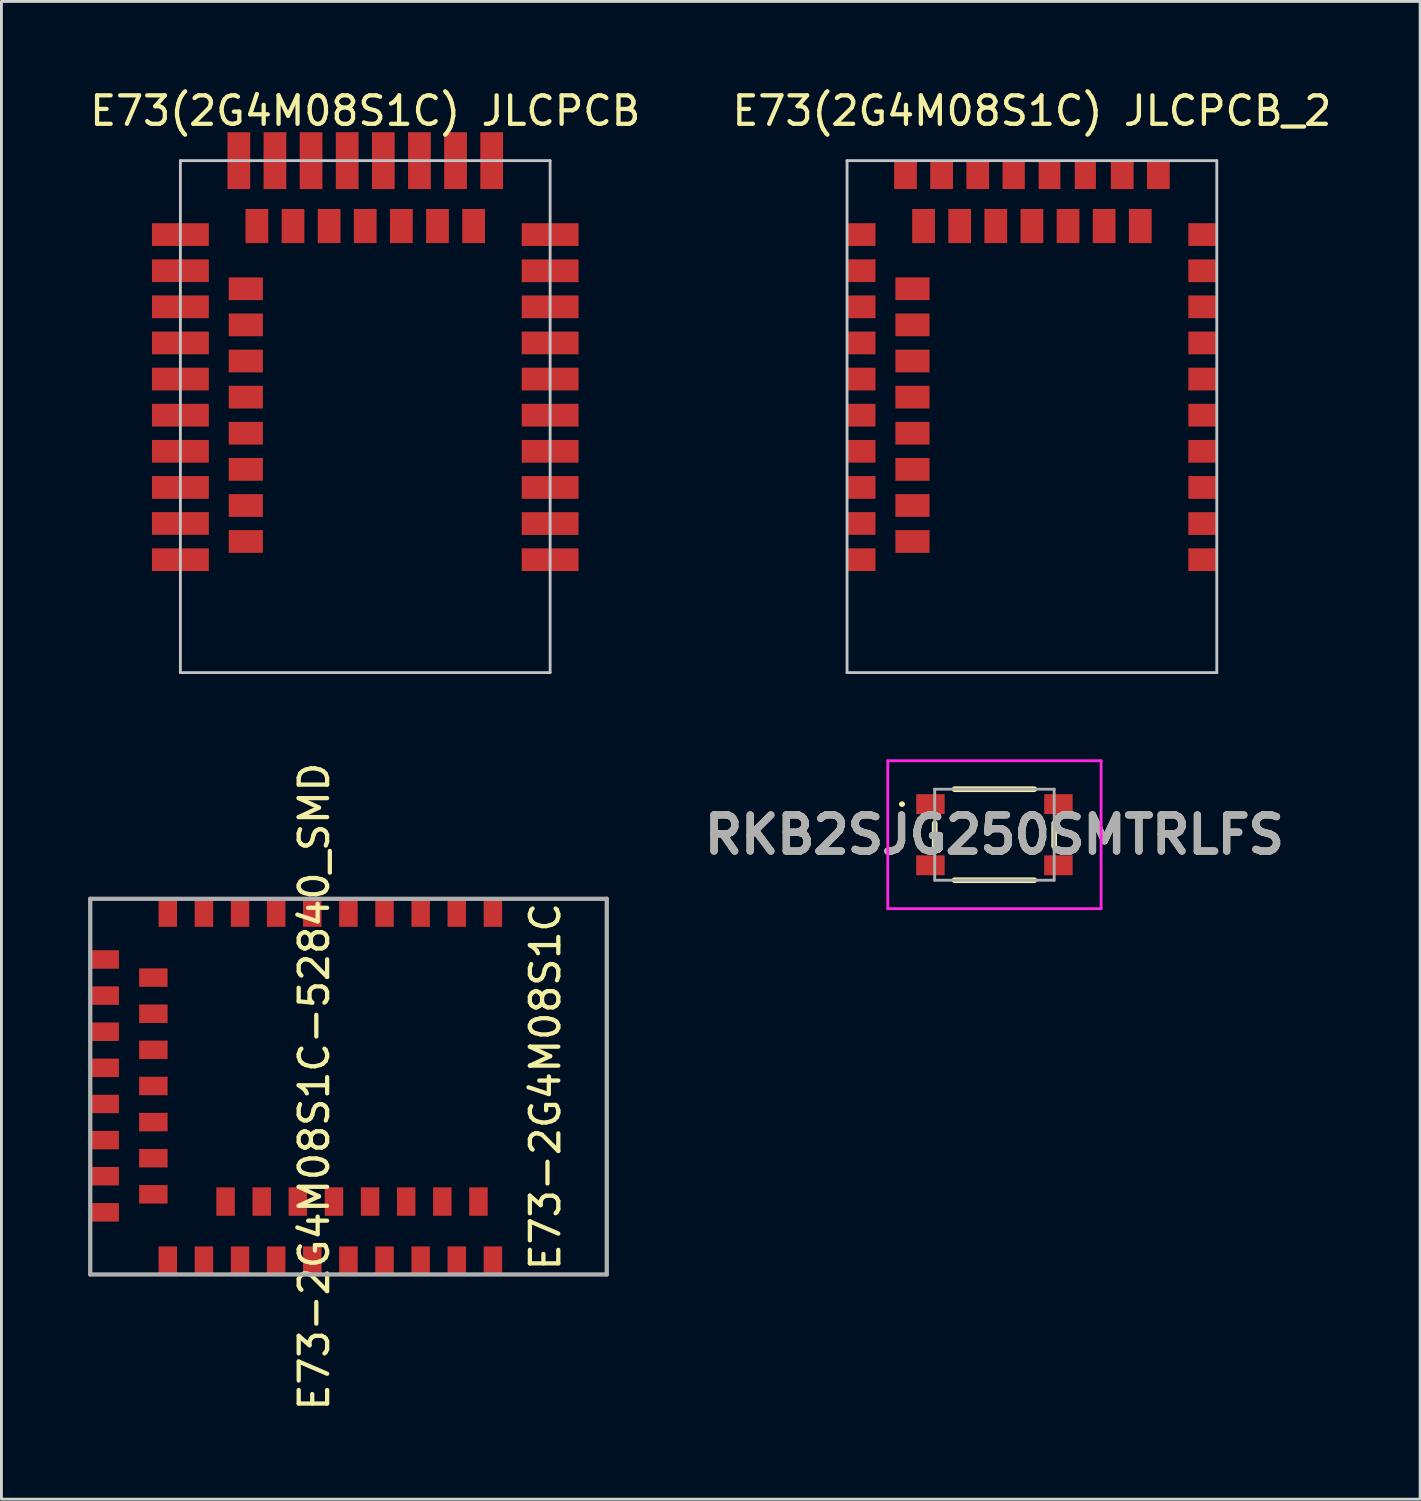
<source format=kicad_pcb>
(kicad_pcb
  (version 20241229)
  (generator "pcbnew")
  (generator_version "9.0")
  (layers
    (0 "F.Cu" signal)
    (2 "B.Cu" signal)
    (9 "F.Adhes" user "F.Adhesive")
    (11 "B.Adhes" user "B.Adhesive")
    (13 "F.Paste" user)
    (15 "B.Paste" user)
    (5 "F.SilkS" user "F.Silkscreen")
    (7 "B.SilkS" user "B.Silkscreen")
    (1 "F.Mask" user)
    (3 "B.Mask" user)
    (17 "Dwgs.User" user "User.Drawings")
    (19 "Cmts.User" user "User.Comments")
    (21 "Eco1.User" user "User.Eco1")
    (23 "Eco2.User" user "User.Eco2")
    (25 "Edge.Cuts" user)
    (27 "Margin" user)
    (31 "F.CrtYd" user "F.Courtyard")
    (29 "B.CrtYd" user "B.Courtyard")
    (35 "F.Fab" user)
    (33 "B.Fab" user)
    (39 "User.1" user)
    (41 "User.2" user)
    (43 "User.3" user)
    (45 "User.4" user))
  (footprint "E73-2G4M08S1C-52840_SMD"
    (layer "F.Cu")
    (at 0.25 35.155)
    (property "Reference" "E73-2G4M08S1C-52840_SMD" (at 7.747 -0.000467 270) (layer "F.SilkS") (effects (font (size 1 1) (thickness 0.15))))
    (attr smd)
    (fp_line (start -0.127 -6.604) (end -0.127 6.604) (stroke (width 0.15) (type solid)) (layer "F.Fab"))
    (fp_line (start -0.127 6.604) (end 18.034 6.604) (stroke (width 0.15) (type solid)) (layer "F.Fab"))
    (fp_line (start 18.034 -6.604) (end -0.127 -6.604) (stroke (width 0.15) (type solid)) (layer "F.Fab"))
    (fp_line (start 18.034 6.604) (end 18.034 -6.604) (stroke (width 0.15) (type solid)) (layer "F.Fab"))
    (fp_text user "E73-2G4M08S1C" (at 15.875 0 90) (layer "F.SilkS") (effects (font (size 1 1) (thickness 0.15))))
    (pad "1" smd rect (at 14.03 -6.119) (size 0.65 1) (layers "F.Cu" "F.Mask" "F.Paste"))
    (pad "2" smd rect (at 12.76 -6.119) (size 0.65 1) (layers "F.Cu" "F.Mask" "F.Paste"))
    (pad "3" smd rect (at 11.49 -6.119) (size 0.65 1) (layers "F.Cu" "F.Mask" "F.Paste"))
    (pad "4" smd rect (at 10.22 -6.119) (size 0.65 1) (layers "F.Cu" "F.Mask" "F.Paste"))
    (pad "5" smd rect (at 8.95 -6.119) (size 0.65 1) (layers "F.Cu" "F.Mask" "F.Paste"))
    (pad "6" smd rect (at 7.68 -6.119) (size 0.65 1) (layers "F.Cu" "F.Mask" "F.Paste"))
    (pad "7" smd rect (at 6.41 -6.119) (size 0.65 1) (layers "F.Cu" "F.Mask" "F.Paste"))
    (pad "8" smd rect (at 5.14 -6.119) (size 0.65 1) (layers "F.Cu" "F.Mask" "F.Paste"))
    (pad "9" smd rect (at 3.87 -6.119) (size 0.65 1) (layers "F.Cu" "F.Mask" "F.Paste"))
    (pad "10" smd rect (at 2.6 -6.119) (size 0.65 1) (layers "F.Cu" "F.Mask" "F.Paste"))
    (pad "11" smd rect (at 0.381 -4.47 90) (size 0.65 1) (layers "F.Cu" "F.Mask" "F.Paste"))
    (pad "12" smd rect (at 2.092 -3.833 90) (size 0.65 1) (layers "F.Cu" "F.Mask" "F.Paste"))
    (pad "13" smd rect (at 0.381 -3.2 90) (size 0.65 1) (layers "F.Cu" "F.Mask" "F.Paste"))
    (pad "14" smd rect (at 2.092 -2.563 90) (size 0.65 1) (layers "F.Cu" "F.Mask" "F.Paste"))
    (pad "15" smd rect (at 0.381 -1.93 90) (size 0.65 1) (layers "F.Cu" "F.Mask" "F.Paste"))
    (pad "16" smd rect (at 2.092 -1.293 90) (size 0.65 1) (layers "F.Cu" "F.Mask" "F.Paste"))
    (pad "17" smd rect (at 0.381 -0.66 90) (size 0.65 1) (layers "F.Cu" "F.Mask" "F.Paste"))
    (pad "18" smd rect (at 2.092 -0.023 90) (size 0.65 1) (layers "F.Cu" "F.Mask" "F.Paste"))
    (pad "19" smd rect (at 0.381 0.61 90) (size 0.65 1) (layers "F.Cu" "F.Mask" "F.Paste"))
    (pad "20" smd rect (at 2.092 1.247 90) (size 0.65 1) (layers "F.Cu" "F.Mask" "F.Paste"))
    (pad "21" smd rect (at 0.381 1.88 90) (size 0.65 1) (layers "F.Cu" "F.Mask" "F.Paste"))
    (pad "22" smd rect (at 2.092 2.517 90) (size 0.65 1) (layers "F.Cu" "F.Mask" "F.Paste"))
    (pad "23" smd rect (at 0.381 3.15 90) (size 0.65 1) (layers "F.Cu" "F.Mask" "F.Paste"))
    (pad "24" smd rect (at 2.092 3.787 90) (size 0.65 1) (layers "F.Cu" "F.Mask" "F.Paste"))
    (pad "25" smd rect (at 0.381 4.42 90) (size 0.65 1) (layers "F.Cu" "F.Mask" "F.Paste"))
    (pad "26" smd rect (at 2.6 6.119) (size 0.65 1) (layers "F.Cu" "F.Mask" "F.Paste"))
    (pad "27" smd rect (at 3.87 6.119) (size 0.65 1) (layers "F.Cu" "F.Mask" "F.Paste"))
    (pad "28" smd rect (at 4.632 4.041) (size 0.65 1) (layers "F.Cu" "F.Mask" "F.Paste"))
    (pad "29" smd rect (at 5.14 6.119) (size 0.65 1) (layers "F.Cu" "F.Mask" "F.Paste"))
    (pad "30" smd rect (at 5.902 4.041) (size 0.65 1) (layers "F.Cu" "F.Mask" "F.Paste"))
    (pad "31" smd rect (at 6.41 6.119) (size 0.65 1) (layers "F.Cu" "F.Mask" "F.Paste"))
    (pad "32" smd rect (at 7.172 4.041) (size 0.65 1) (layers "F.Cu" "F.Mask" "F.Paste"))
    (pad "33" smd rect (at 7.68 6.119) (size 0.65 1) (layers "F.Cu" "F.Mask" "F.Paste"))
    (pad "34" smd rect (at 8.442 4.041) (size 0.65 1) (layers "F.Cu" "F.Mask" "F.Paste"))
    (pad "35" smd rect (at 8.95 6.119) (size 0.65 1) (layers "F.Cu" "F.Mask" "F.Paste"))
    (pad "36" smd rect (at 9.712 4.041) (size 0.65 1) (layers "F.Cu" "F.Mask" "F.Paste"))
    (pad "37" smd rect (at 10.22 6.119) (size 0.65 1) (layers "F.Cu" "F.Mask" "F.Paste"))
    (pad "38" smd rect (at 10.982 4.041) (size 0.65 1) (layers "F.Cu" "F.Mask" "F.Paste"))
    (pad "39" smd rect (at 11.49 6.119) (size 0.65 1) (layers "F.Cu" "F.Mask" "F.Paste"))
    (pad "40" smd rect (at 12.252 4.041) (size 0.65 1) (layers "F.Cu" "F.Mask" "F.Paste"))
    (pad "41" smd rect (at 12.76 6.119) (size 0.65 1) (layers "F.Cu" "F.Mask" "F.Paste"))
    (pad "42" smd rect (at 13.522 4.041) (size 0.65 1) (layers "F.Cu" "F.Mask" "F.Paste"))
    (pad "43" smd rect (at 14.03 6.119) (size 0.65 1) (layers "F.Cu" "F.Mask" "F.Paste"))
    (zone (net_name "") (layers "F.Cu" "B.Cu") (name "RF") (hatch edge 0.5) (connect_pads) (min_thickness 0.25) (filled_areas_thickness no) (keepout (tracks not_allowed) (vias not_allowed) (pads not_allowed) (copperpour not_allowed) (footprints allowed)) (placement (enabled no)) (fill) (polygon (pts (xy 14.75 28.405) (xy 18.5 28.405) (xy 18.5 41.905) (xy 14.75 41.905)))))
  (footprint "RKB2SJG250SMTRLFS"
    (layer "F.Cu")
    (at 31.914 26.298)
    (property "Reference" "RKB2SJG250SMTRLFS" (at 0 0 0) (layer "F.SilkS") (effects (font (size 1.27 1.27) (thickness 0.254))))
    (attr smd)
    (fp_line (start -3.3 -1.075) (end -3.3 -1.075) (stroke (width 0.1) (type solid)) (layer "F.SilkS"))
    (fp_line (start -3.2 -1.075) (end -3.2 -1.075) (stroke (width 0.1) (type solid)) (layer "F.SilkS"))
    (fp_line (start -2.1 -0.4) (end -2.1 0.4) (stroke (width 0.2) (type solid)) (layer "F.SilkS"))
    (fp_line (start -1.4 -1.6) (end 1.4 -1.6) (stroke (width 0.2) (type solid)) (layer "F.SilkS"))
    (fp_line (start -1.4 1.6) (end 1.4 1.6) (stroke (width 0.2) (type solid)) (layer "F.SilkS"))
    (fp_line (start 2.1 0.4) (end 2.1 -0.4) (stroke (width 0.2) (type solid)) (layer "F.SilkS"))
    (fp_arc (start -3.3 -1.075) (mid -3.25 -1.125) (end -3.2 -1.075) (stroke (width 0.1) (type solid)) (layer "F.SilkS"))
    (fp_arc (start -3.2 -1.075) (mid -3.25 -1.025) (end -3.3 -1.075) (stroke (width 0.1) (type solid)) (layer "F.SilkS"))
    (fp_line (start -3.75 -2.6) (end 3.75 -2.6) (stroke (width 0.1) (type solid)) (layer "F.CrtYd"))
    (fp_line (start -3.75 2.6) (end -3.75 -2.6) (stroke (width 0.1) (type solid)) (layer "F.CrtYd"))
    (fp_line (start 3.75 -2.6) (end 3.75 2.6) (stroke (width 0.1) (type solid)) (layer "F.CrtYd"))
    (fp_line (start 3.75 2.6) (end -3.75 2.6) (stroke (width 0.1) (type solid)) (layer "F.CrtYd"))
    (fp_line (start -2.1 -1.6) (end -2.1 1.6) (stroke (width 0.1) (type solid)) (layer "F.Fab"))
    (fp_line (start -2.1 1.6) (end 2.1 1.6) (stroke (width 0.1) (type solid)) (layer "F.Fab"))
    (fp_line (start 2.1 -1.6) (end -2.1 -1.6) (stroke (width 0.1) (type solid)) (layer "F.Fab"))
    (fp_line (start 2.1 1.6) (end 2.1 -1.6) (stroke (width 0.1) (type solid)) (layer "F.Fab"))
    (fp_text user "${REFERENCE}" (at 0 0 0) (layer "F.Fab") (effects (font (size 1.27 1.27) (thickness 0.254))))
    (pad "1" smd rect (at -2.25 -1.075 90) (size 0.7 1) (layers "F.Cu" "F.Mask" "F.Paste"))
    (pad "2" smd rect (at 2.25 -1.075 90) (size 0.7 1) (layers "F.Cu" "F.Mask" "F.Paste"))
    (pad "3" smd rect (at -2.25 1.075 90) (size 0.7 1) (layers "F.Cu" "F.Mask" "F.Paste"))
    (pad "4" smd rect (at 2.25 1.075 90) (size 0.7 1) (layers "F.Cu" "F.Mask" "F.Paste")))
  (footprint "E73(2G4M08S1C) JLCPCB"
    (layer "F.Cu")
    (at 9.792 11.598)
    (property "Reference" "E73(2G4M08S1C) JLCPCB" (at 0 -10.75 0) (unlocked yes) (layer "F.SilkS") (effects (font (size 1 1) (thickness 0.15))))
    (fp_line (start -6.5 -9) (end -6.5 9) (stroke (width 0.1) (type solid)) (layer "Dwgs.User"))
    (fp_line (start -6.5 -9) (end 6.5 -9) (stroke (width 0.1) (type solid)) (layer "Dwgs.User"))
    (fp_line (start -6.5 9) (end 6.5 9) (stroke (width 0.1) (type solid)) (layer "Dwgs.User"))
    (fp_line (start 6.5 -9) (end 6.5 9) (stroke (width 0.1) (type solid)) (layer "Dwgs.User"))
    (pad "1" smd rect (at 6.5 5.03 180) (size 2 0.8) (layers "F.Cu" "F.Mask" "F.Paste"))
    (pad "2" smd rect (at 6.5 3.76 180) (size 2 0.8) (layers "F.Cu" "F.Mask" "F.Paste"))
    (pad "3" smd rect (at 6.5 2.49 180) (size 2 0.8) (layers "F.Cu" "F.Mask" "F.Paste"))
    (pad "4" smd rect (at 6.5 1.22 180) (size 2 0.8) (layers "F.Cu" "F.Mask" "F.Paste"))
    (pad "5" smd rect (at 6.5 -0.05 180) (size 2 0.8) (layers "F.Cu" "F.Mask" "F.Paste"))
    (pad "6" smd rect (at 6.5 -1.32 180) (size 2 0.8) (layers "F.Cu" "F.Mask" "F.Paste"))
    (pad "7" smd rect (at 6.5 -2.59 180) (size 2 0.8) (layers "F.Cu" "F.Mask" "F.Paste"))
    (pad "8" smd rect (at 6.5 -3.86 180) (size 2 0.8) (layers "F.Cu" "F.Mask" "F.Paste"))
    (pad "9" smd rect (at 6.5 -5.127 180) (size 2 0.8) (layers "F.Cu" "F.Mask" "F.Paste"))
    (pad "10" smd rect (at 6.5 -6.4 180) (size 2 0.8) (layers "F.Cu" "F.Mask" "F.Paste"))
    (pad "11" smd rect (at 4.445 -9 270) (size 2 0.8) (layers "F.Cu" "F.Mask" "F.Paste"))
    (pad "12" smd rect (at 3.81 -6.7 270) (size 1.2 0.8) (layers "F.Cu" "F.Mask" "F.Paste"))
    (pad "13" smd rect (at 3.175 -9 270) (size 2 0.8) (layers "F.Cu" "F.Mask" "F.Paste"))
    (pad "14" smd rect (at 2.54 -6.7 270) (size 1.2 0.8) (layers "F.Cu" "F.Mask" "F.Paste"))
    (pad "15" smd rect (at 1.905 -9 270) (size 2 0.8) (layers "F.Cu" "F.Mask" "F.Paste"))
    (pad "16" smd rect (at 1.27 -6.7 270) (size 1.2 0.8) (layers "F.Cu" "F.Mask" "F.Paste"))
    (pad "17" smd rect (at 0.635 -9 270) (size 2 0.8) (layers "F.Cu" "F.Mask" "F.Paste"))
    (pad "18" smd rect (at -0.00025 -6.7 270) (size 1.2 0.8) (layers "F.Cu" "F.Mask" "F.Paste"))
    (pad "19" smd rect (at -0.635 -9 270) (size 2 0.8) (layers "F.Cu" "F.Mask" "F.Paste"))
    (pad "20" smd rect (at -1.27 -6.7 270) (size 1.2 0.8) (layers "F.Cu" "F.Mask" "F.Paste"))
    (pad "21" smd rect (at -1.905 -9 270) (size 2 0.8) (layers "F.Cu" "F.Mask" "F.Paste"))
    (pad "22" smd rect (at -2.54 -6.7 270) (size 1.2 0.8) (layers "F.Cu" "F.Mask" "F.Paste"))
    (pad "23" smd rect (at -3.175 -9 270) (size 2 0.8) (layers "F.Cu" "F.Mask" "F.Paste"))
    (pad "24" smd rect (at -3.81 -6.7 270) (size 1.2 0.8) (layers "F.Cu" "F.Mask" "F.Paste"))
    (pad "25" smd rect (at -4.445 -9 270) (size 2 0.8) (layers "F.Cu" "F.Mask" "F.Paste"))
    (pad "26" smd rect (at -6.5 -6.4) (size 2 0.8) (layers "F.Cu" "F.Mask" "F.Paste"))
    (pad "27" smd rect (at -6.5 -5.13) (size 2 0.8) (layers "F.Cu" "F.Mask" "F.Paste"))
    (pad "28" smd rect (at -4.2 -4.495 180) (size 1.2 0.8) (layers "F.Cu" "F.Mask" "F.Paste"))
    (pad "29" smd rect (at -6.5 -3.86) (size 2 0.8) (layers "F.Cu" "F.Mask" "F.Paste"))
    (pad "30" smd rect (at -4.2 -3.225 180) (size 1.2 0.8) (layers "F.Cu" "F.Mask" "F.Paste"))
    (pad "31" smd rect (at -6.5 -2.59) (size 2 0.8) (layers "F.Cu" "F.Mask" "F.Paste"))
    (pad "32" smd rect (at -4.2 -1.955 180) (size 1.2 0.8) (layers "F.Cu" "F.Mask" "F.Paste"))
    (pad "33" smd rect (at -6.5 -1.32) (size 2 0.8) (layers "F.Cu" "F.Mask" "F.Paste"))
    (pad "34" smd rect (at -4.2 -0.685 180) (size 1.2 0.8) (layers "F.Cu" "F.Mask" "F.Paste"))
    (pad "35" smd rect (at -6.5 -0.05) (size 2 0.8) (layers "F.Cu" "F.Mask" "F.Paste"))
    (pad "36" smd rect (at -4.2 0.585 180) (size 1.2 0.8) (layers "F.Cu" "F.Mask" "F.Paste"))
    (pad "37" smd rect (at -6.5 1.22) (size 2 0.8) (layers "F.Cu" "F.Mask" "F.Paste"))
    (pad "38" smd rect (at -4.2 1.855 180) (size 1.2 0.8) (layers "F.Cu" "F.Mask" "F.Paste"))
    (pad "39" smd rect (at -6.5 2.49) (size 2 0.8) (layers "F.Cu" "F.Mask" "F.Paste"))
    (pad "40" smd rect (at -4.2 3.125 180) (size 1.2 0.8) (layers "F.Cu" "F.Mask" "F.Paste"))
    (pad "41" smd rect (at -6.5 3.757) (size 2 0.8) (layers "F.Cu" "F.Mask" "F.Paste"))
    (pad "42" smd rect (at -4.2 4.39 180) (size 1.2 0.8) (layers "F.Cu" "F.Mask" "F.Paste"))
    (pad "43" smd rect (at -6.5 5.03) (size 2 0.8) (layers "F.Cu" "F.Mask" "F.Paste")))
  (footprint "E73(2G4M08S1C) JLCPCB_2"
    (layer "F.Cu")
    (at 33.232 11.598)
    (property "Reference" "E73(2G4M08S1C) JLCPCB_2" (at 0 -10.75 0) (unlocked yes) (layer "F.SilkS") (effects (font (size 1 1) (thickness 0.15))))
    (fp_line (start -6.5 -9) (end -6.5 9) (stroke (width 0.1) (type solid)) (layer "Dwgs.User"))
    (fp_line (start -6.5 -9) (end 6.5 -9) (stroke (width 0.1) (type solid)) (layer "Dwgs.User"))
    (fp_line (start -6.5 9) (end 6.5 9) (stroke (width 0.1) (type solid)) (layer "Dwgs.User"))
    (fp_line (start 6.5 -9) (end 6.5 9) (stroke (width 0.1) (type solid)) (layer "Dwgs.User"))
    (pad "1" smd rect (at 6 5.03 180) (size 1 0.8) (layers "F.Cu" "F.Mask" "F.Paste"))
    (pad "2" smd rect (at 6 3.76 180) (size 1 0.8) (layers "F.Cu" "F.Mask" "F.Paste"))
    (pad "3" smd rect (at 6 2.49 180) (size 1 0.8) (layers "F.Cu" "F.Mask" "F.Paste"))
    (pad "4" smd rect (at 6 1.22 180) (size 1 0.8) (layers "F.Cu" "F.Mask" "F.Paste"))
    (pad "5" smd rect (at 6 -0.05 180) (size 1 0.8) (layers "F.Cu" "F.Mask" "F.Paste"))
    (pad "6" smd rect (at 6 -1.32 180) (size 1 0.8) (layers "F.Cu" "F.Mask" "F.Paste"))
    (pad "7" smd rect (at 6 -2.59 180) (size 1 0.8) (layers "F.Cu" "F.Mask" "F.Paste"))
    (pad "8" smd rect (at 6 -3.86 180) (size 1 0.8) (layers "F.Cu" "F.Mask" "F.Paste"))
    (pad "9" smd rect (at 6 -5.127 180) (size 1 0.8) (layers "F.Cu" "F.Mask" "F.Paste"))
    (pad "10" smd rect (at 6 -6.4 180) (size 1 0.8) (layers "F.Cu" "F.Mask" "F.Paste"))
    (pad "11" smd rect (at 4.445 -8.5 270) (size 1 0.8) (layers "F.Cu" "F.Mask" "F.Paste"))
    (pad "12" smd rect (at 3.81 -6.7 270) (size 1.2 0.8) (layers "F.Cu" "F.Mask" "F.Paste"))
    (pad "13" smd rect (at 3.175 -8.5 270) (size 1 0.8) (layers "F.Cu" "F.Mask" "F.Paste"))
    (pad "14" smd rect (at 2.54 -6.7 270) (size 1.2 0.8) (layers "F.Cu" "F.Mask" "F.Paste"))
    (pad "15" smd rect (at 1.877 -8.5 270) (size 1 0.745) (layers "F.Cu" "F.Mask" "F.Paste"))
    (pad "16" smd rect (at 1.27 -6.7 270) (size 1.2 0.8) (layers "F.Cu" "F.Mask" "F.Paste"))
    (pad "17" smd rect (at 0.618 -8.5 270) (size 1 0.765) (layers "F.Cu" "F.Mask" "F.Paste"))
    (pad "18" smd rect (at -0.00025 -6.7 270) (size 1.2 0.8) (layers "F.Cu" "F.Mask" "F.Paste"))
    (pad "19" smd rect (at -0.642 -8.5 270) (size 1 0.785) (layers "F.Cu" "F.Mask" "F.Paste"))
    (pad "20" smd rect (at -1.27 -6.7 270) (size 1.2 0.8) (layers "F.Cu" "F.Mask" "F.Paste"))
    (pad "21" smd rect (at -1.905 -8.5 270) (size 1 0.8) (layers "F.Cu" "F.Mask" "F.Paste"))
    (pad "22" smd rect (at -2.54 -6.7 270) (size 1.2 0.8) (layers "F.Cu" "F.Mask" "F.Paste"))
    (pad "23" smd rect (at -3.175 -8.5 270) (size 1 0.8) (layers "F.Cu" "F.Mask" "F.Paste"))
    (pad "24" smd rect (at -3.81 -6.7 270) (size 1.2 0.8) (layers "F.Cu" "F.Mask" "F.Paste"))
    (pad "25" smd rect (at -4.445 -8.5 270) (size 1 0.8) (layers "F.Cu" "F.Mask" "F.Paste"))
    (pad "26" smd rect (at -6 -6.4) (size 1 0.8) (layers "F.Cu" "F.Mask" "F.Paste"))
    (pad "27" smd rect (at -6 -5.13) (size 1 0.8) (layers "F.Cu" "F.Mask" "F.Paste"))
    (pad "28" smd rect (at -4.2 -4.495 180) (size 1.2 0.8) (layers "F.Cu" "F.Mask" "F.Paste"))
    (pad "29" smd rect (at -6 -3.86) (size 1 0.8) (layers "F.Cu" "F.Mask" "F.Paste"))
    (pad "30" smd rect (at -4.2 -3.225 180) (size 1.2 0.8) (layers "F.Cu" "F.Mask" "F.Paste"))
    (pad "31" smd rect (at -6 -2.59) (size 1 0.8) (layers "F.Cu" "F.Mask" "F.Paste"))
    (pad "32" smd rect (at -4.2 -1.955 180) (size 1.2 0.8) (layers "F.Cu" "F.Mask" "F.Paste"))
    (pad "33" smd rect (at -6 -1.32) (size 1 0.8) (layers "F.Cu" "F.Mask" "F.Paste"))
    (pad "34" smd rect (at -4.2 -0.685 180) (size 1.2 0.8) (layers "F.Cu" "F.Mask" "F.Paste"))
    (pad "35" smd rect (at -6 -0.05) (size 1 0.8) (layers "F.Cu" "F.Mask" "F.Paste"))
    (pad "36" smd rect (at -4.2 0.585 180) (size 1.2 0.8) (layers "F.Cu" "F.Mask" "F.Paste"))
    (pad "37" smd rect (at -6 1.22) (size 1 0.8) (layers "F.Cu" "F.Mask" "F.Paste"))
    (pad "38" smd rect (at -4.2 1.855 180) (size 1.2 0.8) (layers "F.Cu" "F.Mask" "F.Paste"))
    (pad "39" smd rect (at -6 2.49) (size 1 0.8) (layers "F.Cu" "F.Mask" "F.Paste"))
    (pad "40" smd rect (at -4.2 3.125 180) (size 1.2 0.8) (layers "F.Cu" "F.Mask" "F.Paste"))
    (pad "41" smd rect (at -6 3.757) (size 1 0.8) (layers "F.Cu" "F.Mask" "F.Paste"))
    (pad "42" smd rect (at -4.2 4.39 180) (size 1.2 0.8) (layers "F.Cu" "F.Mask" "F.Paste"))
    (pad "43" smd rect (at -6 5.03) (size 1 0.8) (layers "F.Cu" "F.Mask" "F.Paste"))
    (zone (net_name "") (layers "F.Cu" "B.Cu") (name "RF KEEPOUT") (hatch edge 0.5) (connect_pads) (min_thickness 0.25) (filled_areas_thickness no) (keepout (tracks not_allowed) (vias not_allowed) (pads not_allowed) (copperpour not_allowed) (footprints allowed)) (placement (enabled no)) (fill) (polygon (pts (xy 26.732 17.098) (xy 26.732 20.598) (xy 39.732 20.598) (xy 39.732 17.098)))))
  (gr_rect
    (start -3 -3)
    (end 46.881 49.66)
    (stroke (width 0.1) (type default))
    (fill no)
    (layer "Edge.Cuts")))
</source>
